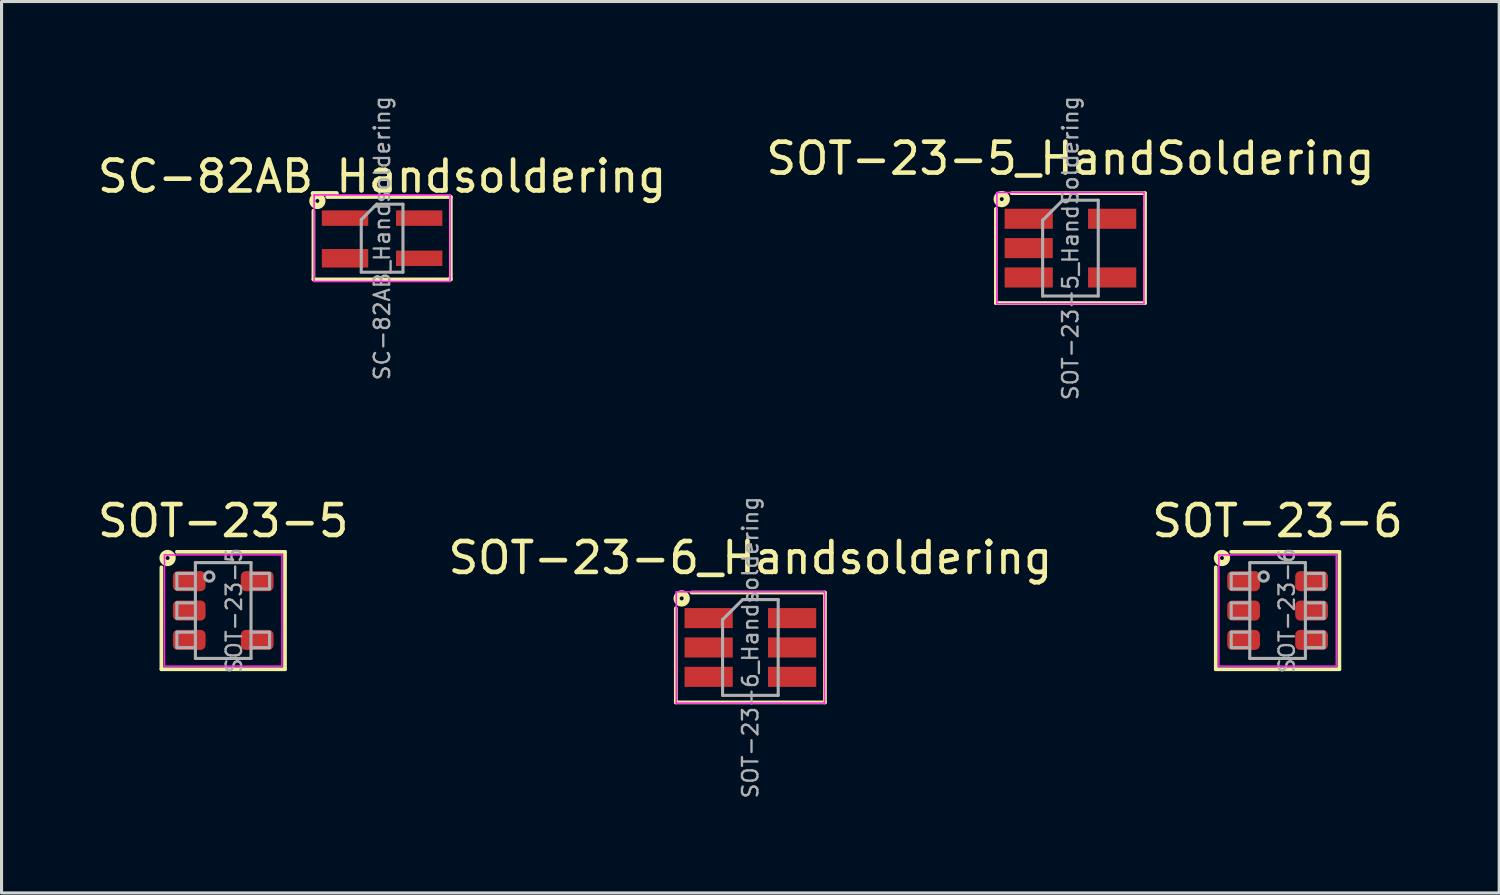
<source format=kicad_pcb>
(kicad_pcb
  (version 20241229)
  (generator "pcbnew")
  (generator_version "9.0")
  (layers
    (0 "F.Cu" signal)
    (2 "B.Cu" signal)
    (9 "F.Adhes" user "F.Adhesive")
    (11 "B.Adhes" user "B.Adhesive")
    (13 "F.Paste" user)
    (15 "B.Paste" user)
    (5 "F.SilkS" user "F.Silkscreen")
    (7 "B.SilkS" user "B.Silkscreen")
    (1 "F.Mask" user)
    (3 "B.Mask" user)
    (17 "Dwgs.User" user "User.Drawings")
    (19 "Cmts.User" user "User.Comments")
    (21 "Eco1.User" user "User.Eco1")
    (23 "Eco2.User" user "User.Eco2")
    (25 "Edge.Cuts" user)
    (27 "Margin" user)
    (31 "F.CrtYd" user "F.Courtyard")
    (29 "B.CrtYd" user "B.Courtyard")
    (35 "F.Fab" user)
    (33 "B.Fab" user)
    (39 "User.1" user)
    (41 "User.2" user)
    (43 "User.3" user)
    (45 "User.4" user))
  (footprint "SC-82AB_Handsoldering"
    (layer "F.Cu")
    (at 9.315 4.658)
    (property "Reference" "SC-82AB_Handsoldering" (at 0 -2 0) (layer "F.SilkS") (effects (font (size 1 1) (thickness 0.15))))
    (attr smd)
    (fp_line (start -2.223 -0.889) (end -2.223 1.333) (stroke (width 0.12) (type solid)) (layer "F.SilkS"))
    (fp_line (start -2.223 1.333) (end 2.159 1.333) (stroke (width 0.12) (type solid)) (layer "F.SilkS"))
    (fp_line (start 2.159 1.333) (end 2.223 1.333) (stroke (width 0.12) (type solid)) (layer "F.SilkS"))
    (fp_line (start 2.223 -1.333) (end -1.778 -1.333) (stroke (width 0.12) (type solid)) (layer "F.SilkS"))
    (fp_line (start 2.223 1.333) (end 2.223 -1.333) (stroke (width 0.12) (type solid)) (layer "F.SilkS"))
    (fp_circle (center -2.095 -1.206) (end -2.032 -1.206) (stroke (width 0.2) (type solid)) (fill no) (layer "F.SilkS"))
    (fp_line (start -2.2 -1.4) (end -2.2 1.4) (stroke (width 0.05) (type solid)) (layer "F.CrtYd"))
    (fp_line (start -2.2 -1.4) (end 2.2 -1.4) (stroke (width 0.05) (type solid)) (layer "F.CrtYd"))
    (fp_line (start -2.2 1.4) (end 2.2 1.4) (stroke (width 0.05) (type solid)) (layer "F.CrtYd"))
    (fp_line (start 2.2 1.4) (end 2.2 -1.4) (stroke (width 0.05) (type solid)) (layer "F.CrtYd"))
    (fp_line (start -0.675 -0.6) (end -0.675 1.1) (stroke (width 0.1) (type solid)) (layer "F.Fab"))
    (fp_line (start -0.175 -1.1) (end -0.675 -0.6) (stroke (width 0.1) (type solid)) (layer "F.Fab"))
    (fp_line (start 0.675 -1.1) (end -0.175 -1.1) (stroke (width 0.1) (type solid)) (layer "F.Fab"))
    (fp_line (start 0.675 -1.1) (end 0.675 1.1) (stroke (width 0.1) (type solid)) (layer "F.Fab"))
    (fp_line (start 0.675 1.1) (end -0.675 1.1) (stroke (width 0.1) (type solid)) (layer "F.Fab"))
    (fp_text user "${REFERENCE}" (at 0 0 90) (layer "F.Fab") (effects (font (size 0.5 0.5) (thickness 0.075))))
    (pad "1" smd rect (at -1.2 -0.65) (size 1.5 0.5) (layers "F.Cu" "F.Mask" "F.Paste"))
    (pad "2" smd rect (at -1.2 0.65) (size 1.5 0.6) (layers "F.Cu" "F.Mask" "F.Paste"))
    (pad "3" smd rect (at 1.2 0.65) (size 1.5 0.5) (layers "F.Cu" "F.Mask" "F.Paste"))
    (pad "4" smd rect (at 1.2 -0.65) (size 1.5 0.5) (layers "F.Cu" "F.Mask" "F.Paste")))
  (footprint "SOT-23-6"
    (layer "F.Cu")
    (at 38.292 16.707)
    (property "Reference" "SOT-23-6" (at 0 -2.9 0) (layer "F.SilkS") (effects (font (size 1 1) (thickness 0.15))))
    (attr smd)
    (fp_line (start -2 -1.4) (end -2 1.9) (stroke (width 0.12) (type solid)) (layer "F.SilkS"))
    (fp_line (start -2 1.9) (end 2 1.9) (stroke (width 0.12) (type solid)) (layer "F.SilkS"))
    (fp_line (start 2 -1.9) (end -1.5 -1.9) (stroke (width 0.12) (type solid)) (layer "F.SilkS"))
    (fp_line (start 2 1.9) (end 2 -1.9) (stroke (width 0.12) (type solid)) (layer "F.SilkS"))
    (fp_circle (center -1.8 -1.7) (end -1.736 -1.7) (stroke (width 0.2) (type solid)) (fill no) (layer "F.SilkS"))
    (fp_line (start -1.9 -1.8) (end -1.9 1.8) (stroke (width 0.05) (type solid)) (layer "F.CrtYd"))
    (fp_line (start -1.9 1.8) (end 1.9 1.8) (stroke (width 0.05) (type solid)) (layer "F.CrtYd"))
    (fp_line (start 1.9 -1.8) (end -1.9 -1.8) (stroke (width 0.05) (type solid)) (layer "F.CrtYd"))
    (fp_line (start 1.9 1.8) (end 1.9 -1.8) (stroke (width 0.05) (type solid)) (layer "F.CrtYd"))
    (fp_line (start -1.5 -1.2) (end -1.5 -0.7) (stroke (width 0.1) (type solid)) (layer "F.Fab"))
    (fp_line (start -1.5 -0.7) (end -0.9 -0.7) (stroke (width 0.1) (type solid)) (layer "F.Fab"))
    (fp_line (start -1.5 -0.25) (end -1.5 0.25) (stroke (width 0.1) (type solid)) (layer "F.Fab"))
    (fp_line (start -1.5 0.25) (end -0.9 0.25) (stroke (width 0.1) (type solid)) (layer "F.Fab"))
    (fp_line (start -1.5 0.7) (end -1.5 1.2) (stroke (width 0.1) (type solid)) (layer "F.Fab"))
    (fp_line (start -1.5 1.2) (end -0.9 1.2) (stroke (width 0.1) (type solid)) (layer "F.Fab"))
    (fp_line (start -0.9 -1.55) (end -0.9 1.55) (stroke (width 0.1) (type solid)) (layer "F.Fab"))
    (fp_line (start -0.9 -1.2) (end -1.5 -1.2) (stroke (width 0.1) (type solid)) (layer "F.Fab"))
    (fp_line (start -0.9 -0.25) (end -1.5 -0.25) (stroke (width 0.1) (type solid)) (layer "F.Fab"))
    (fp_line (start -0.9 0.7) (end -1.5 0.7) (stroke (width 0.1) (type solid)) (layer "F.Fab"))
    (fp_line (start 0.9 -1.55) (end -0.9 -1.55) (stroke (width 0.1) (type solid)) (layer "F.Fab"))
    (fp_line (start 0.9 -1.55) (end 0.9 1.55) (stroke (width 0.1) (type solid)) (layer "F.Fab"))
    (fp_line (start 0.9 -0.7) (end 1.5 -0.7) (stroke (width 0.1) (type solid)) (layer "F.Fab"))
    (fp_line (start 0.9 0.25) (end 1.5 0.25) (stroke (width 0.1) (type solid)) (layer "F.Fab"))
    (fp_line (start 0.9 1.2) (end 1.5 1.2) (stroke (width 0.1) (type solid)) (layer "F.Fab"))
    (fp_line (start 0.9 1.55) (end -0.9 1.55) (stroke (width 0.1) (type solid)) (layer "F.Fab"))
    (fp_line (start 1.5 -1.2) (end 0.9 -1.2) (stroke (width 0.1) (type solid)) (layer "F.Fab"))
    (fp_line (start 1.5 -0.7) (end 1.5 -1.2) (stroke (width 0.1) (type solid)) (layer "F.Fab"))
    (fp_line (start 1.5 -0.25) (end 0.9 -0.25) (stroke (width 0.1) (type solid)) (layer "F.Fab"))
    (fp_line (start 1.5 0.25) (end 1.5 -0.25) (stroke (width 0.1) (type solid)) (layer "F.Fab"))
    (fp_line (start 1.5 0.7) (end 0.9 0.7) (stroke (width 0.1) (type solid)) (layer "F.Fab"))
    (fp_line (start 1.5 1.2) (end 1.5 0.7) (stroke (width 0.1) (type solid)) (layer "F.Fab"))
    (fp_circle (center -0.45 -1.1) (end -0.3 -1.1) (stroke (width 0.1) (type solid)) (fill no) (layer "F.Fab"))
    (fp_text user "${REFERENCE}" (at 0.3 0 90) (layer "F.Fab") (effects (font (size 0.5 0.5) (thickness 0.075))))
    (pad "1" smd roundrect (at -1.1 -0.95) (size 1.06 0.65) (layers "F.Cu" "F.Mask" "F.Paste") (roundrect_rratio 0.25))
    (pad "2" smd roundrect (at -1.1 0) (size 1.06 0.65) (layers "F.Cu" "F.Mask" "F.Paste") (roundrect_rratio 0.25))
    (pad "3" smd roundrect (at -1.1 0.95) (size 1.06 0.65) (layers "F.Cu" "F.Mask" "F.Paste") (roundrect_rratio 0.25))
    (pad "4" smd roundrect (at 1.1 0.95) (size 1.06 0.65) (layers "F.Cu" "F.Mask" "F.Paste") (roundrect_rratio 0.25))
    (pad "5" smd roundrect (at 1.1 0) (size 1.06 0.65) (layers "F.Cu" "F.Mask" "F.Paste") (roundrect_rratio 0.25))
    (pad "6" smd roundrect (at 1.1 -0.95) (size 1.06 0.65) (layers "F.Cu" "F.Mask" "F.Paste") (roundrect_rratio 0.25)))
  (footprint "SOT-23-5_HandSoldering"
    (layer "F.Cu")
    (at 31.589 4.979)
    (property "Reference" "SOT-23-5_HandSoldering" (at 0 -2.9 0) (layer "F.SilkS") (effects (font (size 1 1) (thickness 0.15))))
    (attr smd)
    (fp_line (start -2.413 -1.27) (end -2.413 1.778) (stroke (width 0.12) (type solid)) (layer "F.SilkS"))
    (fp_line (start -2.413 1.778) (end 2.413 1.778) (stroke (width 0.12) (type solid)) (layer "F.SilkS"))
    (fp_line (start 2.413 -1.778) (end -1.905 -1.778) (stroke (width 0.12) (type solid)) (layer "F.SilkS"))
    (fp_line (start 2.413 1.778) (end 2.413 -1.778) (stroke (width 0.12) (type solid)) (layer "F.SilkS"))
    (fp_circle (center -2.223 -1.587) (end -2.159 -1.587) (stroke (width 0.2) (type solid)) (fill no) (layer "F.SilkS"))
    (fp_line (start -2.38 -1.8) (end -2.38 1.8) (stroke (width 0.05) (type solid)) (layer "F.CrtYd"))
    (fp_line (start -2.38 -1.8) (end 2.38 -1.8) (stroke (width 0.05) (type solid)) (layer "F.CrtYd"))
    (fp_line (start 2.38 1.8) (end -2.38 1.8) (stroke (width 0.05) (type solid)) (layer "F.CrtYd"))
    (fp_line (start 2.38 1.8) (end 2.38 -1.8) (stroke (width 0.05) (type solid)) (layer "F.CrtYd"))
    (fp_line (start -0.9 -0.9) (end -0.9 1.55) (stroke (width 0.1) (type solid)) (layer "F.Fab"))
    (fp_line (start -0.9 -0.9) (end -0.25 -1.55) (stroke (width 0.1) (type solid)) (layer "F.Fab"))
    (fp_line (start 0.9 -1.55) (end -0.25 -1.55) (stroke (width 0.1) (type solid)) (layer "F.Fab"))
    (fp_line (start 0.9 -1.55) (end 0.9 1.55) (stroke (width 0.1) (type solid)) (layer "F.Fab"))
    (fp_line (start 0.9 1.55) (end -0.9 1.55) (stroke (width 0.1) (type solid)) (layer "F.Fab"))
    (fp_text user "${REFERENCE}" (at 0 0 90) (layer "F.Fab") (effects (font (size 0.5 0.5) (thickness 0.075))))
    (pad "1" smd rect (at -1.35 -0.95) (size 1.56 0.65) (layers "F.Cu" "F.Mask" "F.Paste"))
    (pad "2" smd rect (at -1.35 0) (size 1.56 0.65) (layers "F.Cu" "F.Mask" "F.Paste"))
    (pad "3" smd rect (at -1.35 0.95) (size 1.56 0.65) (layers "F.Cu" "F.Mask" "F.Paste"))
    (pad "4" smd rect (at 1.35 0.95) (size 1.56 0.65) (layers "F.Cu" "F.Mask" "F.Paste"))
    (pad "5" smd rect (at 1.35 -0.95) (size 1.56 0.65) (layers "F.Cu" "F.Mask" "F.Paste")))
  (footprint "SOT-23-5"
    (layer "F.Cu")
    (at 4.173 16.707)
    (property "Reference" "SOT-23-5" (at 0 -2.9 0) (layer "F.SilkS") (effects (font (size 1 1) (thickness 0.15))))
    (attr smd)
    (fp_line (start -2 -1.4) (end -2 1.9) (stroke (width 0.12) (type solid)) (layer "F.SilkS"))
    (fp_line (start -2 1.9) (end 2 1.9) (stroke (width 0.12) (type solid)) (layer "F.SilkS"))
    (fp_line (start 2 -1.9) (end -1.5 -1.9) (stroke (width 0.12) (type solid)) (layer "F.SilkS"))
    (fp_line (start 2 1.9) (end 2 -1.9) (stroke (width 0.12) (type solid)) (layer "F.SilkS"))
    (fp_circle (center -1.8 -1.7) (end -1.736 -1.7) (stroke (width 0.2) (type solid)) (fill no) (layer "F.SilkS"))
    (fp_line (start -1.9 -1.8) (end 1.9 -1.8) (stroke (width 0.05) (type solid)) (layer "F.CrtYd"))
    (fp_line (start -1.9 1.8) (end -1.9 -1.8) (stroke (width 0.05) (type solid)) (layer "F.CrtYd"))
    (fp_line (start 1.9 -1.8) (end 1.9 1.8) (stroke (width 0.05) (type solid)) (layer "F.CrtYd"))
    (fp_line (start 1.9 1.8) (end -1.9 1.8) (stroke (width 0.05) (type solid)) (layer "F.CrtYd"))
    (fp_line (start -1.5 -1.2) (end -1.5 -0.7) (stroke (width 0.1) (type solid)) (layer "F.Fab"))
    (fp_line (start -1.5 -0.7) (end -0.9 -0.7) (stroke (width 0.1) (type solid)) (layer "F.Fab"))
    (fp_line (start -1.5 -0.25) (end -1.5 0.25) (stroke (width 0.1) (type solid)) (layer "F.Fab"))
    (fp_line (start -1.5 0.25) (end -0.9 0.25) (stroke (width 0.1) (type solid)) (layer "F.Fab"))
    (fp_line (start -1.5 0.7) (end -1.5 1.2) (stroke (width 0.1) (type solid)) (layer "F.Fab"))
    (fp_line (start -1.5 1.2) (end -0.9 1.2) (stroke (width 0.1) (type solid)) (layer "F.Fab"))
    (fp_line (start -0.9 -1.55) (end -0.9 1.55) (stroke (width 0.1) (type solid)) (layer "F.Fab"))
    (fp_line (start -0.9 -1.2) (end -1.5 -1.2) (stroke (width 0.1) (type solid)) (layer "F.Fab"))
    (fp_line (start -0.9 -0.25) (end -1.5 -0.25) (stroke (width 0.1) (type solid)) (layer "F.Fab"))
    (fp_line (start -0.9 0.7) (end -1.5 0.7) (stroke (width 0.1) (type solid)) (layer "F.Fab"))
    (fp_line (start 0.9 -1.55) (end -0.9 -1.55) (stroke (width 0.1) (type solid)) (layer "F.Fab"))
    (fp_line (start 0.9 -1.55) (end 0.9 1.55) (stroke (width 0.1) (type solid)) (layer "F.Fab"))
    (fp_line (start 0.9 -0.7) (end 1.5 -0.7) (stroke (width 0.1) (type solid)) (layer "F.Fab"))
    (fp_line (start 0.9 1.2) (end 1.5 1.2) (stroke (width 0.1) (type solid)) (layer "F.Fab"))
    (fp_line (start 0.9 1.55) (end -0.9 1.55) (stroke (width 0.1) (type solid)) (layer "F.Fab"))
    (fp_line (start 1.5 -1.2) (end 0.9 -1.2) (stroke (width 0.1) (type solid)) (layer "F.Fab"))
    (fp_line (start 1.5 -0.7) (end 1.5 -1.2) (stroke (width 0.1) (type solid)) (layer "F.Fab"))
    (fp_line (start 1.5 0.7) (end 0.9 0.7) (stroke (width 0.1) (type solid)) (layer "F.Fab"))
    (fp_line (start 1.5 1.2) (end 1.5 0.7) (stroke (width 0.1) (type solid)) (layer "F.Fab"))
    (fp_circle (center -0.45 -1.1) (end -0.3 -1.1) (stroke (width 0.1) (type solid)) (fill no) (layer "F.Fab"))
    (fp_text user "${REFERENCE}" (at 0.35 0 90) (layer "F.Fab") (effects (font (size 0.5 0.5) (thickness 0.075))))
    (pad "1" smd roundrect (at -1.1 -0.95) (size 1.06 0.65) (layers "F.Cu" "F.Mask" "F.Paste") (roundrect_rratio 0.25))
    (pad "2" smd roundrect (at -1.1 0) (size 1.06 0.65) (layers "F.Cu" "F.Mask" "F.Paste") (roundrect_rratio 0.25))
    (pad "3" smd roundrect (at -1.1 0.95) (size 1.06 0.65) (layers "F.Cu" "F.Mask" "F.Paste") (roundrect_rratio 0.25))
    (pad "4" smd roundrect (at 1.1 0.95) (size 1.06 0.65) (layers "F.Cu" "F.Mask" "F.Paste") (roundrect_rratio 0.25))
    (pad "5" smd roundrect (at 1.1 -0.95) (size 1.06 0.65) (layers "F.Cu" "F.Mask" "F.Paste") (roundrect_rratio 0.25)))
  (footprint "SOT-23-6_Handsoldering"
    (layer "F.Cu")
    (at 21.232 17.902)
    (property "Reference" "SOT-23-6_Handsoldering" (at 0 -2.9 0) (layer "F.SilkS") (effects (font (size 1 1) (thickness 0.15))))
    (attr smd)
    (fp_line (start -2.413 -1.27) (end -2.413 1.778) (stroke (width 0.12) (type solid)) (layer "F.SilkS"))
    (fp_line (start -2.413 1.778) (end 2.413 1.778) (stroke (width 0.12) (type solid)) (layer "F.SilkS"))
    (fp_line (start 2.413 -1.778) (end -1.905 -1.778) (stroke (width 0.12) (type solid)) (layer "F.SilkS"))
    (fp_line (start 2.413 1.778) (end 2.413 -1.778) (stroke (width 0.12) (type solid)) (layer "F.SilkS"))
    (fp_circle (center -2.223 -1.587) (end -2.159 -1.587) (stroke (width 0.2) (type solid)) (fill no) (layer "F.SilkS"))
    (fp_line (start -2.4 -1.8) (end 2.4 -1.8) (stroke (width 0.05) (type solid)) (layer "F.CrtYd"))
    (fp_line (start -2.4 1.8) (end -2.4 -1.8) (stroke (width 0.05) (type solid)) (layer "F.CrtYd"))
    (fp_line (start 2.4 -1.8) (end 2.4 1.8) (stroke (width 0.05) (type solid)) (layer "F.CrtYd"))
    (fp_line (start 2.4 1.8) (end -2.4 1.8) (stroke (width 0.05) (type solid)) (layer "F.CrtYd"))
    (fp_line (start -0.9 -0.9) (end -0.9 1.55) (stroke (width 0.1) (type solid)) (layer "F.Fab"))
    (fp_line (start -0.9 -0.9) (end -0.25 -1.55) (stroke (width 0.1) (type solid)) (layer "F.Fab"))
    (fp_line (start 0.9 -1.55) (end -0.25 -1.55) (stroke (width 0.1) (type solid)) (layer "F.Fab"))
    (fp_line (start 0.9 -1.55) (end 0.9 1.55) (stroke (width 0.1) (type solid)) (layer "F.Fab"))
    (fp_line (start 0.9 1.55) (end -0.9 1.55) (stroke (width 0.1) (type solid)) (layer "F.Fab"))
    (fp_text user "${REFERENCE}" (at 0 0 90) (layer "F.Fab") (effects (font (size 0.5 0.5) (thickness 0.075))))
    (pad "1" smd rect (at -1.35 -0.95) (size 1.56 0.65) (layers "F.Cu" "F.Mask" "F.Paste"))
    (pad "2" smd rect (at -1.35 0) (size 1.56 0.65) (layers "F.Cu" "F.Mask" "F.Paste"))
    (pad "3" smd rect (at -1.35 0.95) (size 1.56 0.65) (layers "F.Cu" "F.Mask" "F.Paste"))
    (pad "4" smd rect (at 1.35 0.95) (size 1.56 0.65) (layers "F.Cu" "F.Mask" "F.Paste"))
    (pad "5" smd rect (at 1.35 0) (size 1.56 0.65) (layers "F.Cu" "F.Mask" "F.Paste"))
    (pad "6" smd rect (at 1.35 -0.95) (size 1.56 0.65) (layers "F.Cu" "F.Mask" "F.Paste")))
  (gr_rect
    (start -3 -3)
    (end 45.464 25.845)
    (stroke (width 0.1) (type default))
    (fill no)
    (layer "Edge.Cuts")))
</source>
